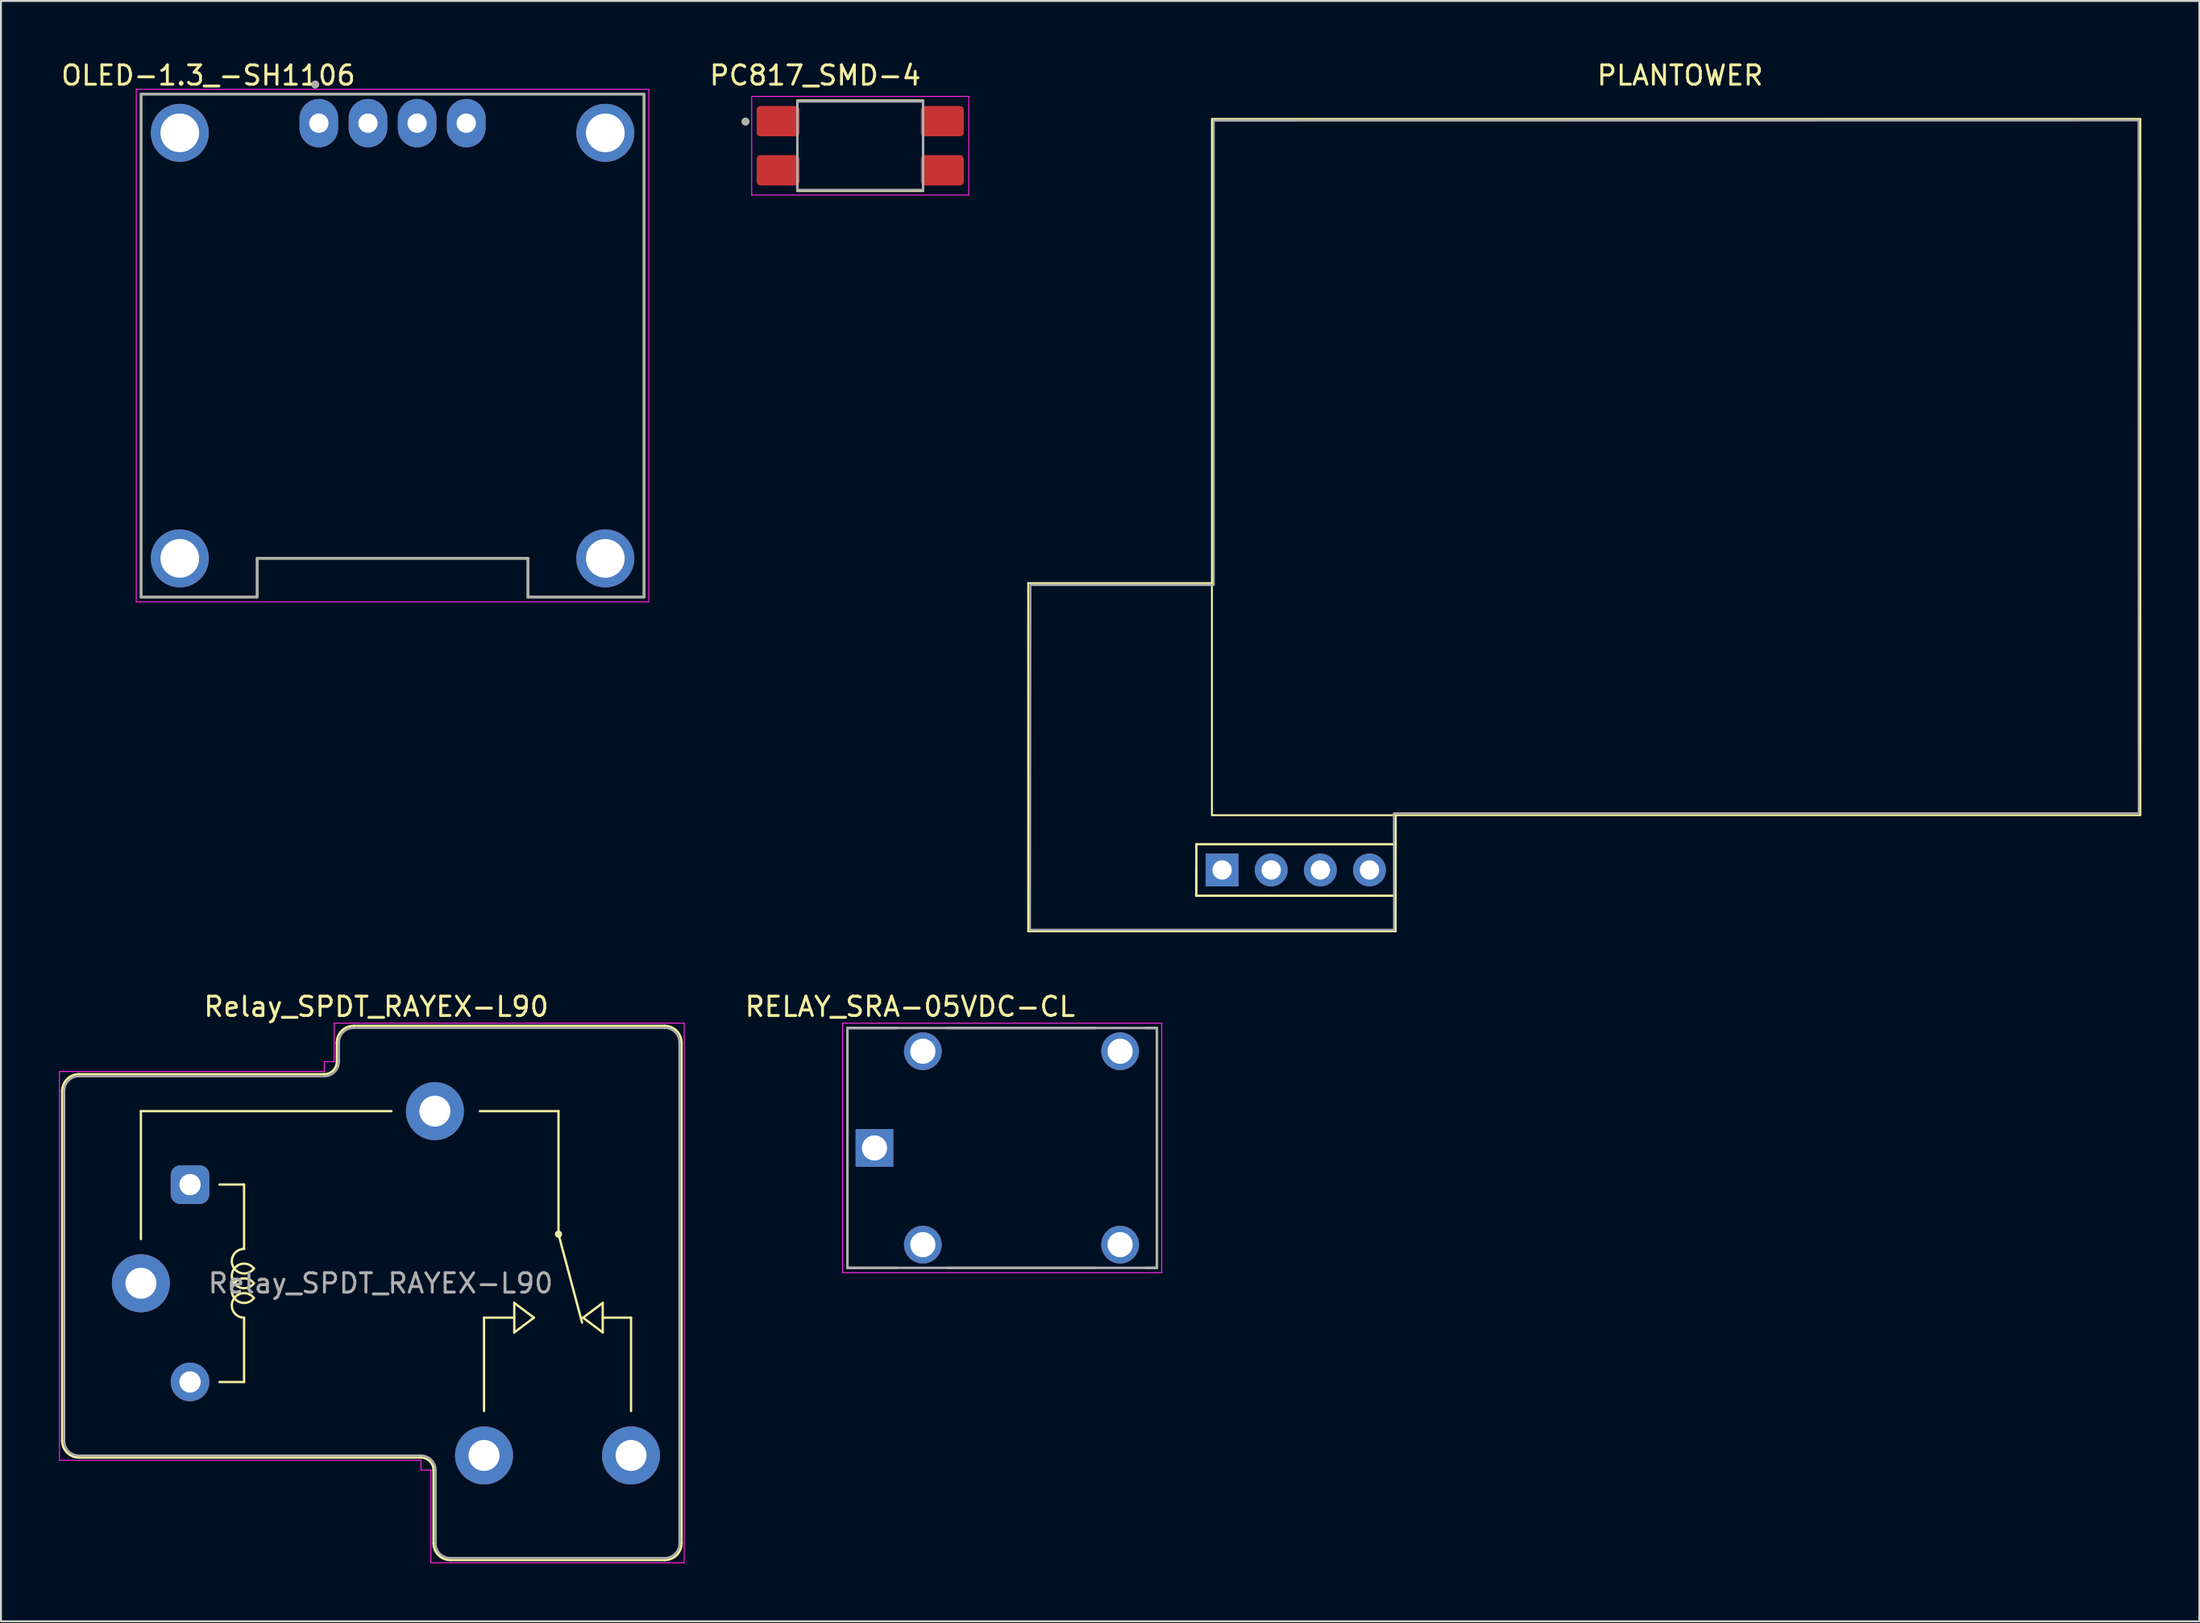
<source format=kicad_pcb>
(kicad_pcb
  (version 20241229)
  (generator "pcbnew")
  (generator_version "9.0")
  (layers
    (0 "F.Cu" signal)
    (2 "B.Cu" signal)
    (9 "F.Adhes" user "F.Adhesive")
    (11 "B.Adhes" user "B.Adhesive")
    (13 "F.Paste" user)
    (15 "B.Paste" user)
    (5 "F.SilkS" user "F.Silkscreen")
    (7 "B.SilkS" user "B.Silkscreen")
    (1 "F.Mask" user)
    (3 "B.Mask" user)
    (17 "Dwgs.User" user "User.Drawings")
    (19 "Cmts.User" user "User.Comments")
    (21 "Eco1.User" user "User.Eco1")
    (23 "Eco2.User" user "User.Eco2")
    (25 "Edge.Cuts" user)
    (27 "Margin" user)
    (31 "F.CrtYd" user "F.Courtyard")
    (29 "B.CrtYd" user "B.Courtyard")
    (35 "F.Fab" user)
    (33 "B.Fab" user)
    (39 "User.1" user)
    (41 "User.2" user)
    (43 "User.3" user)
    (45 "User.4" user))
  (footprint "OLED-1.3_-SH1106"
    (layer "F.Cu")
    (at 17.245 14.818)
    (property "Reference" "OLED-1.3_-SH1106" (at -9.525 -13.97 0) (layer "F.SilkS") (effects (font (size 1 1) (thickness 0.15))))
    (attr through_hole)
    (fp_line (start -13 -13) (end 13 -13) (stroke (width 0.127) (type solid)) (layer "F.SilkS"))
    (fp_line (start -13 13) (end -13 -13) (stroke (width 0.127) (type solid)) (layer "F.SilkS"))
    (fp_line (start -7 11) (end -7 13) (stroke (width 0.127) (type solid)) (layer "F.SilkS"))
    (fp_line (start -7 13) (end -13 13) (stroke (width 0.127) (type solid)) (layer "F.SilkS"))
    (fp_line (start 7 11) (end -7 11) (stroke (width 0.127) (type solid)) (layer "F.SilkS"))
    (fp_line (start 7 13) (end 7 11) (stroke (width 0.127) (type solid)) (layer "F.SilkS"))
    (fp_line (start 13 -13) (end 13 13) (stroke (width 0.127) (type solid)) (layer "F.SilkS"))
    (fp_line (start 13 13) (end 7 13) (stroke (width 0.127) (type solid)) (layer "F.SilkS"))
    (fp_circle (center -4 -13.5) (end -3.9 -13.5) (stroke (width 0.2) (type solid)) (fill no) (layer "F.SilkS"))
    (fp_line (start -13.25 -13.25) (end 13.25 -13.25) (stroke (width 0.05) (type solid)) (layer "F.CrtYd"))
    (fp_line (start -13.25 13.25) (end -13.25 -13.25) (stroke (width 0.05) (type solid)) (layer "F.CrtYd"))
    (fp_line (start 13.25 -13.25) (end 13.25 13.25) (stroke (width 0.05) (type solid)) (layer "F.CrtYd"))
    (fp_line (start 13.25 13.25) (end -13.25 13.25) (stroke (width 0.05) (type solid)) (layer "F.CrtYd"))
    (fp_line (start -13 -13) (end 13 -13) (stroke (width 0.127) (type solid)) (layer "F.Fab"))
    (fp_line (start -13 13) (end -13 -13) (stroke (width 0.127) (type solid)) (layer "F.Fab"))
    (fp_line (start -7 11) (end 7 11) (stroke (width 0.127) (type solid)) (layer "F.Fab"))
    (fp_line (start -7 13) (end -13 13) (stroke (width 0.127) (type solid)) (layer "F.Fab"))
    (fp_line (start -7 13) (end -7 11) (stroke (width 0.127) (type solid)) (layer "F.Fab"))
    (fp_line (start 7 11) (end 7 13) (stroke (width 0.127) (type solid)) (layer "F.Fab"))
    (fp_line (start 13 -13) (end 13 13) (stroke (width 0.127) (type solid)) (layer "F.Fab"))
    (fp_line (start 13 13) (end 7 13) (stroke (width 0.127) (type solid)) (layer "F.Fab"))
    (fp_circle (center -4 -13.5) (end -3.9 -13.5) (stroke (width 0.2) (type solid)) (fill no) (layer "F.Fab"))
    (pad "" np_thru_hole circle (at -11 -11) (size 3 3) (drill 2) (layers "*.Cu" "*.Mask"))
    (pad "" np_thru_hole circle (at -11 11) (size 3 3) (drill 2) (layers "*.Cu" "*.Mask"))
    (pad "" np_thru_hole circle (at 11 -11) (size 3 3) (drill 2) (layers "*.Cu" "*.Mask"))
    (pad "" np_thru_hole circle (at 11 11) (size 3 3) (drill 2) (layers "*.Cu" "*.Mask"))
    (pad "1" thru_hole oval (at -3.81 -11.5) (size 2 2.5) (drill 1) (layers "*.Cu" "*.Mask"))
    (pad "2" thru_hole oval (at -1.27 -11.5) (size 2 2.5) (drill 1) (layers "*.Cu" "*.Mask"))
    (pad "3" thru_hole oval (at 1.27 -11.5) (size 2 2.5) (drill 1) (layers "*.Cu" "*.Mask"))
    (pad "4" thru_hole oval (at 3.81 -11.5) (size 2 2.5) (drill 1) (layers "*.Cu" "*.Mask")))
  (footprint "PC817_SMD-4"
    (layer "F.Cu")
    (at 41.423 4.483)
    (property "Reference" "PC817_SMD-4" (at -2.325 -3.635 0) (layer "F.SilkS") (effects (font (size 1 1) (thickness 0.15))))
    (attr smd)
    (fp_line (start -3.25 -2.33) (end 3.25 -2.33) (stroke (width 0.127) (type solid)) (layer "F.SilkS"))
    (fp_line (start -3.25 2.33) (end 3.25 2.33) (stroke (width 0.127) (type solid)) (layer "F.SilkS"))
    (fp_circle (center -5.93 -1.247) (end -5.83 -1.247) (stroke (width 0.2) (type solid)) (fill no) (layer "F.SilkS"))
    (fp_line (start -5.61 -2.55) (end -5.61 2.55) (stroke (width 0.05) (type solid)) (layer "F.CrtYd"))
    (fp_line (start -5.61 -2.55) (end 5.61 -2.55) (stroke (width 0.05) (type solid)) (layer "F.CrtYd"))
    (fp_line (start -5.61 2.55) (end 5.61 2.55) (stroke (width 0.05) (type solid)) (layer "F.CrtYd"))
    (fp_line (start 5.61 -2.55) (end 5.61 2.55) (stroke (width 0.05) (type solid)) (layer "F.CrtYd"))
    (fp_line (start -3.25 -2.29) (end -3.25 2.29) (stroke (width 0.127) (type solid)) (layer "F.Fab"))
    (fp_line (start -3.25 -2.29) (end 3.25 -2.29) (stroke (width 0.127) (type solid)) (layer "F.Fab"))
    (fp_line (start -3.25 2.29) (end 3.25 2.29) (stroke (width 0.127) (type solid)) (layer "F.Fab"))
    (fp_line (start 3.25 -2.29) (end 3.25 2.29) (stroke (width 0.127) (type solid)) (layer "F.Fab"))
    (fp_circle (center -5.93 -1.247) (end -5.83 -1.247) (stroke (width 0.2) (type solid)) (fill no) (layer "F.Fab"))
    (pad "1" smd roundrect (at -4.245 -1.27) (size 2.22 1.57) (layers "F.Cu" "F.Mask" "F.Paste") (roundrect_rratio 0.125))
    (pad "2" smd roundrect (at -4.245 1.27) (size 2.22 1.57) (layers "F.Cu" "F.Mask" "F.Paste") (roundrect_rratio 0.125))
    (pad "3" smd roundrect (at 4.245 1.27) (size 2.22 1.57) (layers "F.Cu" "F.Mask" "F.Paste") (roundrect_rratio 0.125))
    (pad "4" smd roundrect (at 4.245 -1.27) (size 2.22 1.57) (layers "F.Cu" "F.Mask" "F.Paste") (roundrect_rratio 0.125)))
  (footprint "RELAY_SRA-05VDC-CL"
    (layer "F.Cu")
    (at 48.761 56.299)
    (property "Reference" "RELAY_SRA-05VDC-CL" (at -4.763 -7.303 0) (layer "F.SilkS") (effects (font (size 1 1) (thickness 0.15))))
    (attr through_hole)
    (fp_line (start -8 -6.2) (end -5.395 -6.2) (stroke (width 0.127) (type solid)) (layer "F.SilkS"))
    (fp_line (start -8 6.2) (end -8 -6.2) (stroke (width 0.127) (type solid)) (layer "F.SilkS"))
    (fp_line (start -5.395 6.2) (end -8 6.2) (stroke (width 0.127) (type solid)) (layer "F.SilkS"))
    (fp_line (start -2.805 -6.2) (end 4.805 -6.2) (stroke (width 0.127) (type solid)) (layer "F.SilkS"))
    (fp_line (start -2.805 6.2) (end 4.805 6.2) (stroke (width 0.127) (type solid)) (layer "F.SilkS"))
    (fp_line (start 7.395 -6.2) (end 8 -6.2) (stroke (width 0.127) (type solid)) (layer "F.SilkS"))
    (fp_line (start 8 -6.2) (end 8 6.2) (stroke (width 0.127) (type solid)) (layer "F.SilkS"))
    (fp_line (start 8 6.2) (end 7.395 6.2) (stroke (width 0.127) (type solid)) (layer "F.SilkS"))
    (fp_line (start -8.25 -6.45) (end -8.25 6.45) (stroke (width 0.05) (type solid)) (layer "F.CrtYd"))
    (fp_line (start -8.25 6.45) (end 8.25 6.45) (stroke (width 0.05) (type solid)) (layer "F.CrtYd"))
    (fp_line (start 8.25 -6.45) (end -8.25 -6.45) (stroke (width 0.05) (type solid)) (layer "F.CrtYd"))
    (fp_line (start 8.25 6.45) (end 8.25 -6.45) (stroke (width 0.05) (type solid)) (layer "F.CrtYd"))
    (fp_line (start -8 -6.2) (end 8 -6.2) (stroke (width 0.127) (type solid)) (layer "F.Fab"))
    (fp_line (start -8 6.2) (end -8 -6.2) (stroke (width 0.127) (type solid)) (layer "F.Fab"))
    (fp_line (start 8 -6.2) (end 8 6.2) (stroke (width 0.127) (type solid)) (layer "F.Fab"))
    (fp_line (start 8 6.2) (end -8 6.2) (stroke (width 0.127) (type solid)) (layer "F.Fab"))
    (pad "COIL1" thru_hole circle (at -4.1 -5) (size 1.95 1.95) (drill 1.3) (layers "*.Cu" "*.Mask"))
    (pad "COIL2" thru_hole circle (at -4.1 5) (size 1.95 1.95) (drill 1.3) (layers "*.Cu" "*.Mask"))
    (pad "COM" thru_hole rect (at -6.6 0) (size 1.95 1.95) (drill 1.3) (layers "*.Cu" "*.Mask"))
    (pad "NC" thru_hole circle (at 6.1 -5) (size 1.95 1.95) (drill 1.3) (layers "*.Cu" "*.Mask"))
    (pad "NO" thru_hole circle (at 6.1 5) (size 1.95 1.95) (drill 1.3) (layers "*.Cu" "*.Mask")))
  (footprint "PLANTOWER"
    (layer "F.Cu")
    (at 83.953 21.258)
    (property "Reference" "PLANTOWER" (at -0.14 -20.41 0) (unlocked yes) (layer "F.SilkS") (effects (font (size 1 1) (thickness 0.15))))
    (attr through_hole)
    (fp_line (start -33.845 5.84) (end -24.345 5.84) (stroke (width 0.1) (type default)) (layer "F.SilkS"))
    (fp_line (start -33.845 23.84) (end -33.845 5.84) (stroke (width 0.1) (type default)) (layer "F.SilkS"))
    (fp_line (start -33.845 23.84) (end -14.845 23.84) (stroke (width 0.1) (type default)) (layer "F.SilkS"))
    (fp_line (start -25.15 19.34) (end -14.85 19.34) (stroke (width 0.12) (type solid)) (layer "F.SilkS"))
    (fp_line (start -25.15 22) (end -25.15 19.34) (stroke (width 0.12) (type solid)) (layer "F.SilkS"))
    (fp_line (start -25.15 22) (end -25.15 20.67) (stroke (width 0.12) (type solid)) (layer "F.SilkS"))
    (fp_line (start -25.15 22) (end -14.86 22) (stroke (width 0.12) (type solid)) (layer "F.SilkS"))
    (fp_line (start -14.845 23.84) (end -14.84 17.84) (stroke (width 0.1) (type default)) (layer "F.SilkS"))
    (fp_rect (start -24.345 -18.16) (end 23.655 17.84) (stroke (width 0.1) (type default)) (fill no) (layer "F.SilkS"))
    (fp_poly (pts (xy -24.25 -18.07) (xy 23.56 -18.08) (xy 23.57 17.74) (xy -14.94 17.74) (xy -14.93 23.76) (xy -33.75 23.76) (xy -33.73 5.94) (xy -24.25 5.94)) (stroke (width 0.1) (type solid)) (fill no) (layer "F.Fab"))
    (pad "1" thru_hole rect (at -23.82 20.67 90) (size 1.7 1.7) (drill 1) (layers "*.Cu" "*.Mask"))
    (pad "2" thru_hole oval (at -21.28 20.67 90) (size 1.7 1.7) (drill 1) (layers "*.Cu" "*.Mask"))
    (pad "3" thru_hole oval (at -18.74 20.67 90) (size 1.7 1.7) (drill 1) (layers "*.Cu" "*.Mask"))
    (pad "4" thru_hole oval (at -16.2 20.67 90) (size 1.7 1.7) (drill 1) (layers "*.Cu" "*.Mask")))
  (footprint "Relay_SPDT_RAYEX-L90"
    (layer "F.Cu")
    (at 4.235 63.297)
    (property "Reference" "Relay_SPDT_RAYEX-L90" (at 12.167 -14.3 0) (layer "F.SilkS") (effects (font (size 1 1) (thickness 0.15))))
    (attr through_hole)
    (fp_line (start -4.07 -9.94) (end -4.07 8.14) (stroke (width 0.12) (type solid)) (layer "F.SilkS"))
    (fp_line (start -3.2 -10.81) (end 9.48 -10.81) (stroke (width 0.12) (type solid)) (layer "F.SilkS"))
    (fp_line (start -3.2 9.01) (end 14.48 9.01) (stroke (width 0.12) (type solid)) (layer "F.SilkS"))
    (fp_line (start 0 -8.9) (end 0 -2.286) (stroke (width 0.12) (type solid)) (layer "F.SilkS"))
    (fp_line (start 0 -8.9) (end 12.954 -8.9) (stroke (width 0.12) (type solid)) (layer "F.SilkS"))
    (fp_line (start 4.064 -5.105) (end 5.334 -5.105) (stroke (width 0.12) (type solid)) (layer "F.SilkS"))
    (fp_line (start 5.334 -1.778) (end 5.334 -5.105) (stroke (width 0.12) (type solid)) (layer "F.SilkS"))
    (fp_line (start 5.334 5.105) (end 4.064 5.105) (stroke (width 0.12) (type solid)) (layer "F.SilkS"))
    (fp_line (start 5.334 5.105) (end 5.334 1.778) (stroke (width 0.12) (type solid)) (layer "F.SilkS"))
    (fp_line (start 10.13 -12.44) (end 10.13 -11.46) (stroke (width 0.12) (type solid)) (layer "F.SilkS"))
    (fp_line (start 11 -13.31) (end 27.08 -13.31) (stroke (width 0.12) (type solid)) (layer "F.SilkS"))
    (fp_line (start 15.13 9.66) (end 15.13 13.44) (stroke (width 0.12) (type solid)) (layer "F.SilkS"))
    (fp_line (start 16 14.31) (end 27.08 14.31) (stroke (width 0.12) (type solid)) (layer "F.SilkS"))
    (fp_line (start 17.74 1.778) (end 19.304 1.778) (stroke (width 0.12) (type solid)) (layer "F.SilkS"))
    (fp_line (start 17.74 6.604) (end 17.74 1.778) (stroke (width 0.12) (type solid)) (layer "F.SilkS"))
    (fp_line (start 19.304 1.016) (end 19.304 2.54) (stroke (width 0.12) (type solid)) (layer "F.SilkS"))
    (fp_line (start 19.304 2.54) (end 20.32 1.778) (stroke (width 0.12) (type solid)) (layer "F.SilkS"))
    (fp_line (start 20.32 1.778) (end 19.304 1.016) (stroke (width 0.12) (type solid)) (layer "F.SilkS"))
    (fp_line (start 21.59 -8.9) (end 17.526 -8.9) (stroke (width 0.12) (type solid)) (layer "F.SilkS"))
    (fp_line (start 21.59 -2.54) (end 21.59 -8.9) (stroke (width 0.12) (type solid)) (layer "F.SilkS"))
    (fp_line (start 21.59 -2.54) (end 22.809 2.032) (stroke (width 0.12) (type solid)) (layer "F.SilkS"))
    (fp_line (start 22.86 1.778) (end 23.876 1.016) (stroke (width 0.12) (type solid)) (layer "F.SilkS"))
    (fp_line (start 23.876 1.778) (end 25.34 1.778) (stroke (width 0.12) (type solid)) (layer "F.SilkS"))
    (fp_line (start 23.876 2.54) (end 22.86 1.778) (stroke (width 0.12) (type solid)) (layer "F.SilkS"))
    (fp_line (start 23.876 2.54) (end 23.876 1.016) (stroke (width 0.12) (type solid)) (layer "F.SilkS"))
    (fp_line (start 25.34 1.778) (end 25.34 6.604) (stroke (width 0.12) (type solid)) (layer "F.SilkS"))
    (fp_line (start 27.95 -12.44) (end 27.95 13.44) (stroke (width 0.12) (type solid)) (layer "F.SilkS"))
    (fp_arc (start -4.07 -9.94) (mid -3.815183 -10.555183) (end -3.2 -10.81) (stroke (width 0.12) (type solid)) (layer "F.SilkS"))
    (fp_arc (start -3.2 9.01) (mid -3.815183 8.755183) (end -4.07 8.14) (stroke (width 0.12) (type solid)) (layer "F.SilkS"))
    (fp_arc (start 5.334002 1.777997) (mid 4.765966 0.859166) (end 5.841802 0.76173) (stroke (width 0.12) (type solid)) (layer "F.SilkS"))
    (fp_arc (start 5.8418 -0.761733) (mid 4.765964 -0.859168) (end 5.334 -1.778) (stroke (width 0.12) (type solid)) (layer "F.SilkS"))
    (fp_arc (start 5.842265 -0.000355) (mid 4.699002 -0.38078) (end 5.842 -0.762001) (stroke (width 0.12) (type solid)) (layer "F.SilkS"))
    (fp_arc (start 5.842266 0.761644) (mid 4.699003 0.381219) (end 5.842001 -0.000002) (stroke (width 0.12) (type solid)) (layer "F.SilkS"))
    (fp_arc (start 10.13 -12.44) (mid 10.384817 -13.055183) (end 11 -13.31) (stroke (width 0.12) (type solid)) (layer "F.SilkS"))
    (fp_arc (start 10.13 -11.46) (mid 9.939619 -11.000381) (end 9.48 -10.81) (stroke (width 0.12) (type solid)) (layer "F.SilkS"))
    (fp_arc (start 14.48 9.01) (mid 14.939619 9.200381) (end 15.13 9.66) (stroke (width 0.12) (type solid)) (layer "F.SilkS"))
    (fp_arc (start 16 14.31) (mid 15.384817 14.055183) (end 15.13 13.44) (stroke (width 0.12) (type solid)) (layer "F.SilkS"))
    (fp_arc (start 27.08 -13.31) (mid 27.695183 -13.055183) (end 27.95 -12.44) (stroke (width 0.12) (type solid)) (layer "F.SilkS"))
    (fp_arc (start 27.95 13.44) (mid 27.695183 14.055183) (end 27.08 14.31) (stroke (width 0.12) (type solid)) (layer "F.SilkS"))
    (fp_circle (center 21.59 -2.54) (end 21.59 -2.413) (stroke (width 0.12) (type solid)) (fill no) (layer "F.SilkS"))
    (fp_line (start -4.21 -10.95) (end -4.21 9.15) (stroke (width 0.05) (type solid)) (layer "F.CrtYd"))
    (fp_line (start -4.21 -10.95) (end 9.48 -10.95) (stroke (width 0.05) (type solid)) (layer "F.CrtYd"))
    (fp_line (start -4.21 9.15) (end 14.48 9.15) (stroke (width 0.05) (type solid)) (layer "F.CrtYd"))
    (fp_line (start 9.48 -11.46) (end 9.48 -10.95) (stroke (width 0.05) (type solid)) (layer "F.CrtYd"))
    (fp_line (start 9.48 -11.46) (end 9.99 -11.46) (stroke (width 0.05) (type solid)) (layer "F.CrtYd"))
    (fp_line (start 9.99 -13.45) (end 9.99 -11.46) (stroke (width 0.05) (type solid)) (layer "F.CrtYd"))
    (fp_line (start 9.99 -13.45) (end 28.09 -13.45) (stroke (width 0.05) (type solid)) (layer "F.CrtYd"))
    (fp_line (start 14.48 9.15) (end 14.48 9.66) (stroke (width 0.05) (type solid)) (layer "F.CrtYd"))
    (fp_line (start 14.48 9.66) (end 14.99 9.66) (stroke (width 0.05) (type solid)) (layer "F.CrtYd"))
    (fp_line (start 14.99 9.66) (end 14.99 14.45) (stroke (width 0.05) (type solid)) (layer "F.CrtYd"))
    (fp_line (start 14.99 14.45) (end 28.09 14.45) (stroke (width 0.05) (type solid)) (layer "F.CrtYd"))
    (fp_line (start 28.09 -13.45) (end 28.09 14.45) (stroke (width 0.05) (type solid)) (layer "F.CrtYd"))
    (fp_line (start -3.96 -9.94) (end -3.96 8.14) (stroke (width 0.1) (type solid)) (layer "F.Fab"))
    (fp_line (start -3.2 -10.7) (end 9.48 -10.7) (stroke (width 0.1) (type solid)) (layer "F.Fab"))
    (fp_line (start -3.2 8.9) (end 14.48 8.9) (stroke (width 0.1) (type solid)) (layer "F.Fab"))
    (fp_line (start 10.24 -12.44) (end 10.24 -11.46) (stroke (width 0.1) (type solid)) (layer "F.Fab"))
    (fp_line (start 11 -13.2) (end 27.08 -13.2) (stroke (width 0.1) (type solid)) (layer "F.Fab"))
    (fp_line (start 15.24 9.66) (end 15.24 13.44) (stroke (width 0.1) (type solid)) (layer "F.Fab"))
    (fp_line (start 16 14.2) (end 27.08 14.2) (stroke (width 0.1) (type solid)) (layer "F.Fab"))
    (fp_line (start 27.84 -12.44) (end 27.84 13.44) (stroke (width 0.1) (type solid)) (layer "F.Fab"))
    (fp_arc (start -3.96 -9.94) (mid -3.737401 -10.477401) (end -3.2 -10.7) (stroke (width 0.1) (type solid)) (layer "F.Fab"))
    (fp_arc (start -3.2 8.9) (mid -3.737401 8.677401) (end -3.96 8.14) (stroke (width 0.1) (type solid)) (layer "F.Fab"))
    (fp_arc (start 10.24 -12.44) (mid 10.462599 -12.977401) (end 11 -13.2) (stroke (width 0.1) (type solid)) (layer "F.Fab"))
    (fp_arc (start 10.24 -11.46) (mid 10.017401 -10.922599) (end 9.48 -10.7) (stroke (width 0.1) (type solid)) (layer "F.Fab"))
    (fp_arc (start 14.48 8.9) (mid 15.017401 9.122599) (end 15.24 9.66) (stroke (width 0.1) (type solid)) (layer "F.Fab"))
    (fp_arc (start 16 14.2) (mid 15.462599 13.977401) (end 15.24 13.44) (stroke (width 0.1) (type solid)) (layer "F.Fab"))
    (fp_arc (start 27.08 -13.2) (mid 27.617401 -12.977401) (end 27.84 -12.44) (stroke (width 0.1) (type solid)) (layer "F.Fab"))
    (fp_arc (start 27.84 13.44) (mid 27.617401 13.977401) (end 27.08 14.2) (stroke (width 0.1) (type solid)) (layer "F.Fab"))
    (fp_text user "${REFERENCE}" (at 12.395 0 0) (layer "F.Fab") (effects (font (size 1 1) (thickness 0.15))))
    (pad "11A" thru_hole circle (at 0 0 180) (size 3 3) (drill 1.6) (layers "*.Cu" "*.Mask"))
    (pad "11B" thru_hole circle (at 15.2 -8.9 180) (size 3 3) (drill 1.6) (layers "*.Cu" "*.Mask"))
    (pad "12" thru_hole circle (at 25.34 8.9 180) (size 3 3) (drill 1.6) (layers "*.Cu" "*.Mask"))
    (pad "14" thru_hole circle (at 17.74 8.9 180) (size 3 3) (drill 1.6) (layers "*.Cu" "*.Mask"))
    (pad "A1" thru_hole roundrect (at 2.54 -5.1 180) (size 2 2) (drill 1.1) (layers "*.Cu" "*.Mask") (roundrect_rratio 0.25))
    (pad "A2" thru_hole circle (at 2.54 5.1 180) (size 2 2) (drill 1.1) (layers "*.Cu" "*.Mask")))
  (gr_rect
    (start -3 -3)
    (end 110.658 80.772)
    (stroke (width 0.1) (type default))
    (fill no)
    (layer "Edge.Cuts")))
</source>
